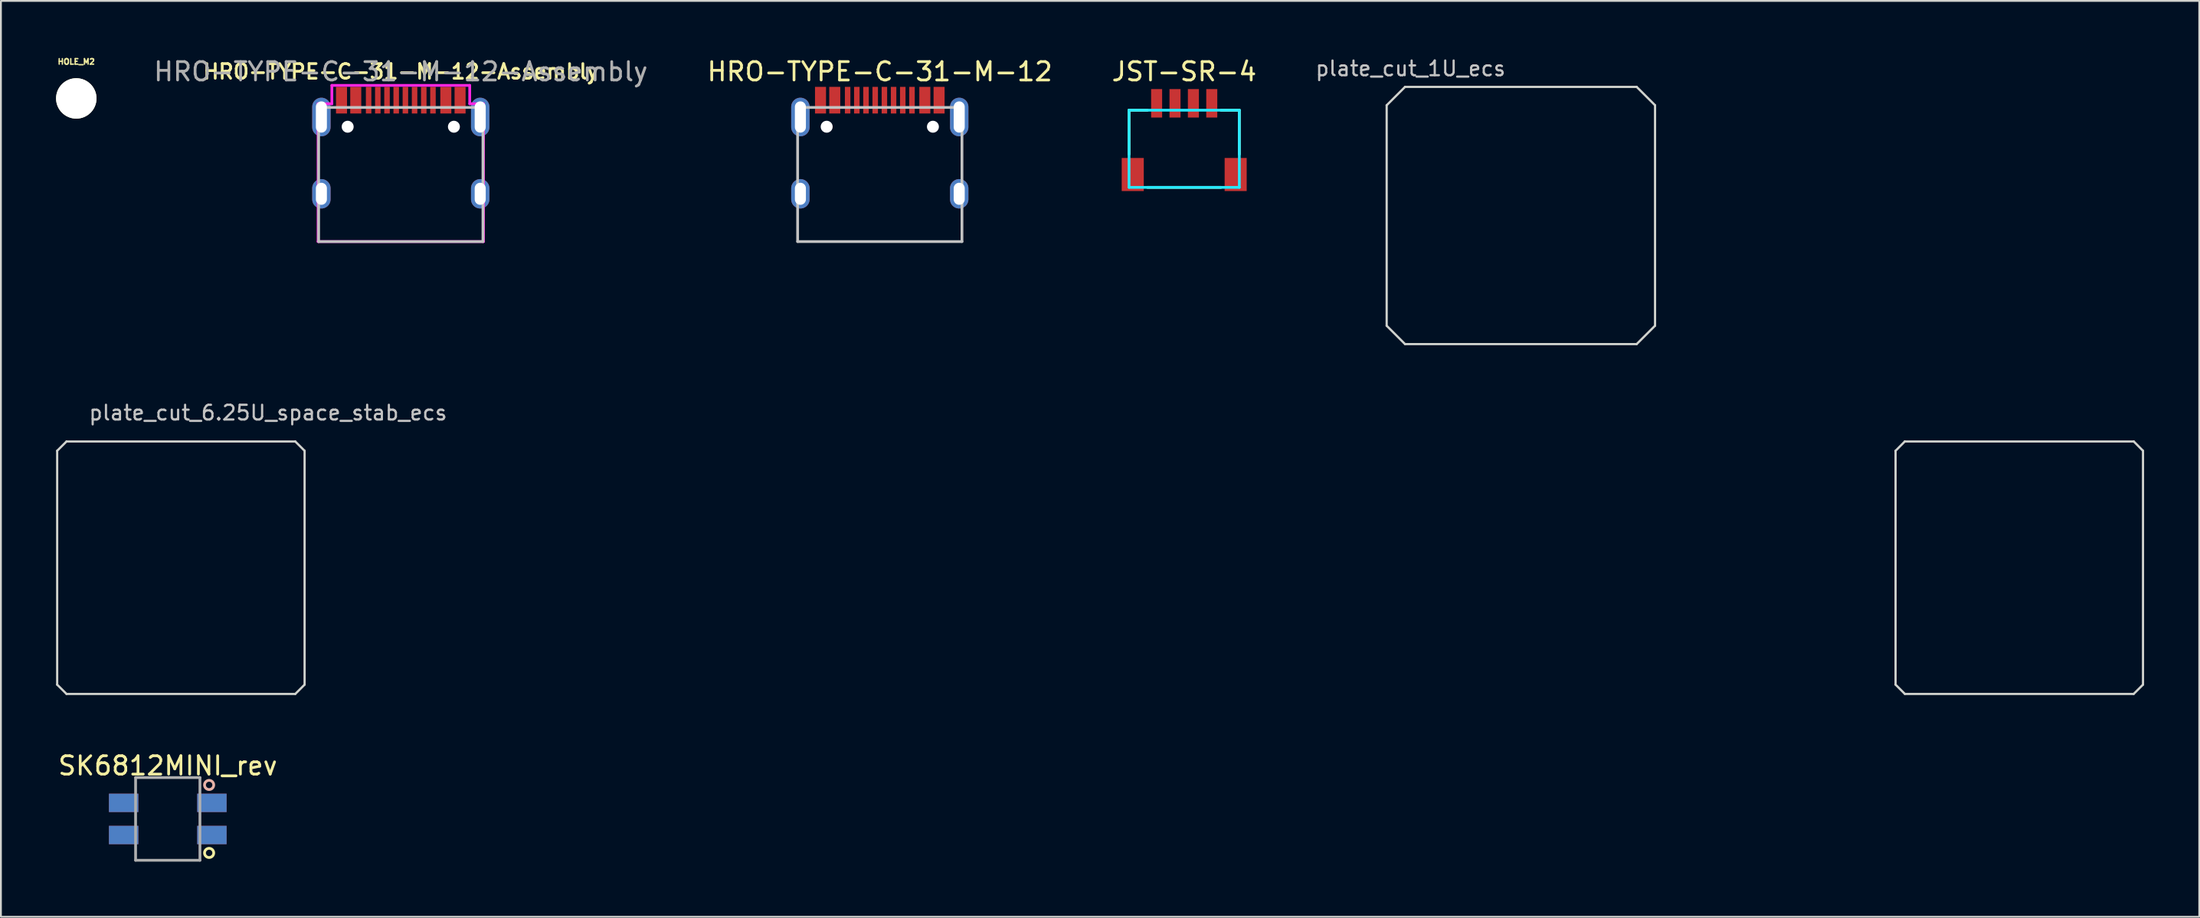
<source format=kicad_pcb>
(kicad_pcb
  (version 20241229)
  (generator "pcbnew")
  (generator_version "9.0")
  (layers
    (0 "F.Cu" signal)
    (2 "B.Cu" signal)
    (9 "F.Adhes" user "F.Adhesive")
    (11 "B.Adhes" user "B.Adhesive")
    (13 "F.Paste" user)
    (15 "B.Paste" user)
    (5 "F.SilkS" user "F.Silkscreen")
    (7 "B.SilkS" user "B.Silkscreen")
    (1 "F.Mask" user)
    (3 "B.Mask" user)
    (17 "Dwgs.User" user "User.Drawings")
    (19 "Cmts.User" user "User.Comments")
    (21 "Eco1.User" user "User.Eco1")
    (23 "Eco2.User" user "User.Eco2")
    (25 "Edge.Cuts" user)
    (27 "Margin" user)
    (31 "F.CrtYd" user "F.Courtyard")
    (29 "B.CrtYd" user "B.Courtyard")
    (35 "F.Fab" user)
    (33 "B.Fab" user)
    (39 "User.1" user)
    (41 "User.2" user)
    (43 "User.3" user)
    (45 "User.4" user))
  (footprint "JST-SR-4"
    (layer "F.Cu")
    (at 61.373 7.348)
    (property "Reference" "JST-SR-4" (at 0 -6.5 0) (layer "F.SilkS") (effects (font (size 1 1) (thickness 0.15))))
    (attr through_hole)
    (fp_line (start -3 -4.4) (end -2 -4.4) (stroke (width 0.15) (type solid)) (layer "F.SilkS"))
    (fp_line (start -3 -2) (end -3 -4.4) (stroke (width 0.15) (type solid)) (layer "F.SilkS"))
    (fp_line (start 2 -4.4) (end 3 -4.4) (stroke (width 0.15) (type solid)) (layer "F.SilkS"))
    (fp_line (start 2 -0.2) (end -2 -0.2) (stroke (width 0.15) (type solid)) (layer "F.SilkS"))
    (fp_line (start 3 -4.4) (end 3 -2) (stroke (width 0.15) (type solid)) (layer "F.SilkS"))
    (fp_line (start -3 -4.4) (end 3 -4.4) (stroke (width 0.15) (type solid)) (layer "B.CrtYd"))
    (fp_line (start -3 -0.2) (end -3 -4.4) (stroke (width 0.15) (type solid)) (layer "B.CrtYd"))
    (fp_line (start 3 -4.4) (end 3 -0.2) (stroke (width 0.15) (type solid)) (layer "B.CrtYd"))
    (fp_line (start 3 -0.2) (end -3 -0.2) (stroke (width 0.15) (type solid)) (layer "B.CrtYd"))
    (pad "" smd rect (at -2.8 -0.9) (size 1.2 1.8) (layers "F.Cu" "F.Mask" "F.Paste"))
    (pad "" smd rect (at 2.8 -0.9) (size 1.2 1.8) (layers "F.Cu" "F.Mask" "F.Paste"))
    (pad "1" smd rect (at -1.5 -4.775) (size 0.6 1.55) (layers "F.Cu" "F.Mask" "F.Paste"))
    (pad "2" smd rect (at -0.5 -4.775) (size 0.6 1.55) (layers "F.Cu" "F.Mask" "F.Paste"))
    (pad "3" smd rect (at 0.5 -4.775) (size 0.6 1.55) (layers "F.Cu" "F.Mask" "F.Paste"))
    (pad "4" smd rect (at 1.5 -4.775) (size 0.6 1.55) (layers "F.Cu" "F.Mask" "F.Paste")))
  (footprint "plate_cut_6.25U_space_stab_ecs"
    (layer "F.Cu")
    (at 56.797 27.85)
    (property "Reference" "plate_cut_6.25U_space_stab_ecs" (at -45.263 -8.433 0) (layer "Dwgs.User") (effects (font (size 0.8 0.8) (thickness 0.12))))
    (attr smd)
    (fp_line (start -56.737 -6.364) (end -56.737 6.364) (stroke (width 0.12) (type solid)) (layer "Edge.Cuts"))
    (fp_line (start -56.737 6.364) (end -56.23 6.87) (stroke (width 0.12) (type solid)) (layer "Edge.Cuts"))
    (fp_line (start -56.23 -6.87) (end -56.737 -6.364) (stroke (width 0.12) (type solid)) (layer "Edge.Cuts"))
    (fp_line (start -56.23 6.87) (end -43.782 6.87) (stroke (width 0.12) (type solid)) (layer "Edge.Cuts"))
    (fp_line (start -43.782 -6.87) (end -56.23 -6.87) (stroke (width 0.12) (type solid)) (layer "Edge.Cuts"))
    (fp_line (start -43.782 6.87) (end -43.276 6.364) (stroke (width 0.12) (type solid)) (layer "Edge.Cuts"))
    (fp_line (start -43.276 -6.364) (end -43.782 -6.87) (stroke (width 0.12) (type solid)) (layer "Edge.Cuts"))
    (fp_line (start -43.276 6.364) (end -43.276 -6.364) (stroke (width 0.12) (type solid)) (layer "Edge.Cuts"))
    (fp_line (start 43.276 -6.364) (end 43.276 6.364) (stroke (width 0.12) (type solid)) (layer "Edge.Cuts"))
    (fp_line (start 43.276 -6.364) (end 43.776 -6.87) (stroke (width 0.12) (type solid)) (layer "Edge.Cuts"))
    (fp_line (start 43.276 6.364) (end 43.782 6.87) (stroke (width 0.12) (type solid)) (layer "Edge.Cuts"))
    (fp_line (start 43.776 -6.87) (end 56.237 -6.87) (stroke (width 0.12) (type solid)) (layer "Edge.Cuts"))
    (fp_line (start 43.782 6.87) (end 56.23 6.87) (stroke (width 0.12) (type solid)) (layer "Edge.Cuts"))
    (fp_line (start 56.23 6.87) (end 56.737 6.364) (stroke (width 0.12) (type solid)) (layer "Edge.Cuts"))
    (fp_line (start 56.237 -6.87) (end 56.737 -6.364) (stroke (width 0.12) (type solid)) (layer "Edge.Cuts"))
    (fp_line (start 56.737 6.364) (end 56.737 -6.364) (stroke (width 0.12) (type solid)) (layer "Edge.Cuts")))
  (footprint "HOLE_M2"
    (layer "F.Cu")
    (at 1.1 2.307)
    (property "Reference" "HOLE_M2" (at 0 -2 0) (layer "F.SilkS") (effects (font (size 0.3 0.3) (thickness 0.075))))
    (attr through_hole)
    (pad "" np_thru_hole circle (at 0 0) (size 2.2 2.2) (drill 2.2) (layers "*.Cu" "*.Mask" "F.SilkS")))
  (footprint "HRO-TYPE-C-31-M-12-Assembly"
    (layer "F.Cu")
    (at 18.754 10.098)
    (property "Reference" "HRO-TYPE-C-31-M-12-Assembly" (at 0 -9.25 0) (layer "F.SilkS") (effects (font (size 0.8 0.8) (thickness 0.15))))
    (attr smd)
    (fp_line (start -4.47 -7.3) (end 4.47 -7.3) (stroke (width 0.15) (type solid)) (layer "Dwgs.User"))
    (fp_line (start -4.47 0) (end -4.47 -7.3) (stroke (width 0.15) (type solid)) (layer "Dwgs.User"))
    (fp_line (start -4.47 0) (end 4.47 0) (stroke (width 0.15) (type solid)) (layer "Dwgs.User"))
    (fp_line (start 4.47 0) (end 4.47 -7.3) (stroke (width 0.15) (type solid)) (layer "Dwgs.User"))
    (fp_line (start -4.5 -7.5) (end -3.75 -7.5) (stroke (width 0.15) (type solid)) (layer "F.CrtYd"))
    (fp_line (start -4.5 0) (end -4.5 -7.5) (stroke (width 0.15) (type solid)) (layer "F.CrtYd"))
    (fp_line (start -3.75 -8.5) (end 3.75 -8.5) (stroke (width 0.15) (type solid)) (layer "F.CrtYd"))
    (fp_line (start -3.75 -7.5) (end -3.75 -8.5) (stroke (width 0.15) (type solid)) (layer "F.CrtYd"))
    (fp_line (start 3.75 -8.5) (end 3.75 -7.5) (stroke (width 0.15) (type solid)) (layer "F.CrtYd"))
    (fp_line (start 4.5 -7.5) (end 3.75 -7.5) (stroke (width 0.15) (type solid)) (layer "F.CrtYd"))
    (fp_line (start 4.5 -7.5) (end 4.5 0) (stroke (width 0.15) (type solid)) (layer "F.CrtYd"))
    (fp_line (start 4.5 0) (end -4.5 0) (stroke (width 0.15) (type solid)) (layer "F.CrtYd"))
    (fp_text user "${REFERENCE}" (at 0 -9.25 0) (layer "F.Fab") (effects (font (size 1 1) (thickness 0.15))))
    (pad "" np_thru_hole circle (at -2.89 -6.25) (size 0.65 0.65) (drill 0.65) (layers "*.Cu" "*.Mask"))
    (pad "" np_thru_hole circle (at 2.89 -6.25) (size 0.65 0.65) (drill 0.65) (layers "*.Cu" "*.Mask"))
    (pad "1" smd rect (at -3.225 -7.695) (size 0.6 1.45) (layers "F.Cu" "F.Mask" "F.Paste"))
    (pad "2" smd rect (at -2.45 -7.695) (size 0.6 1.45) (layers "F.Cu" "F.Mask" "F.Paste"))
    (pad "3" smd rect (at -1.75 -7.695) (size 0.3 1.45) (layers "F.Cu" "F.Mask" "F.Paste"))
    (pad "4" smd rect (at -1.25 -7.695) (size 0.3 1.45) (layers "F.Cu" "F.Mask" "F.Paste"))
    (pad "5" smd rect (at -0.75 -7.695) (size 0.3 1.45) (layers "F.Cu" "F.Mask" "F.Paste"))
    (pad "6" smd rect (at -0.25 -7.695) (size 0.3 1.45) (layers "F.Cu" "F.Mask" "F.Paste"))
    (pad "7" smd rect (at 0.25 -7.695) (size 0.3 1.45) (layers "F.Cu" "F.Mask" "F.Paste"))
    (pad "8" smd rect (at 0.75 -7.695) (size 0.3 1.45) (layers "F.Cu" "F.Mask" "F.Paste"))
    (pad "9" smd rect (at 1.25 -7.695) (size 0.3 1.45) (layers "F.Cu" "F.Mask" "F.Paste"))
    (pad "10" smd rect (at 1.75 -7.695) (size 0.3 1.45) (layers "F.Cu" "F.Mask" "F.Paste"))
    (pad "11" smd rect (at 2.45 -7.695) (size 0.6 1.45) (layers "F.Cu" "F.Mask" "F.Paste"))
    (pad "12" smd rect (at 3.225 -7.695) (size 0.6 1.45) (layers "F.Cu" "F.Mask" "F.Paste"))
    (pad "13" thru_hole oval (at -4.32 -6.78) (size 1 2.1) (drill oval 0.6 1.7) (layers "*.Cu" "*.Mask"))
    (pad "13" thru_hole oval (at -4.32 -2.6) (size 1 1.6) (drill oval 0.6 1.2) (layers "*.Cu" "*.Mask"))
    (pad "13" thru_hole oval (at 4.32 -6.78) (size 1 2.1) (drill oval 0.6 1.7) (layers "*.Cu" "*.Mask"))
    (pad "13" thru_hole oval (at 4.32 -2.6) (size 1 1.6) (drill oval 0.6 1.2) (layers "*.Cu" "*.Mask")))
  (footprint "SK6812MINI_rev"
    (layer "F.Cu")
    (at 6.077 41.524)
    (property "Reference" "SK6812MINI_rev" (at 0 -2.896 0) (layer "F.SilkS") (effects (font (size 1 1) (thickness 0.15))))
    (attr through_hole)
    (fp_circle (center 2.25 1.85) (end 2.25 1.6) (stroke (width 0.15) (type solid)) (fill no) (layer "F.SilkS"))
    (fp_circle (center 2.25 -1.85) (end 2.25 -2.1) (stroke (width 0.15) (type solid)) (fill no) (layer "B.SilkS"))
    (fp_line (start -1.75 -2.25) (end -1.75 2.25) (stroke (width 0.15) (type solid)) (layer "F.Fab"))
    (fp_line (start -1.75 -2.25) (end 1.75 -2.25) (stroke (width 0.15) (type solid)) (layer "F.Fab"))
    (fp_line (start 1.75 -2.25) (end 1.75 2.25) (stroke (width 0.15) (type solid)) (layer "F.Fab"))
    (fp_line (start 1.75 2.25) (end -1.75 2.25) (stroke (width 0.15) (type solid)) (layer "F.Fab"))
    (pad "1" smd rect (at -2.4 -0.875) (size 1.6 1) (layers "B.Cu" "B.Mask" "B.Paste"))
    (pad "1" smd rect (at -2.4 0.875) (size 1.6 1) (layers "F.Cu" "F.Mask" "F.Paste"))
    (pad "2" smd rect (at -2.4 -0.875) (size 1.6 1) (layers "F.Cu" "F.Mask" "F.Paste"))
    (pad "2" smd rect (at -2.4 0.875) (size 1.6 1) (layers "B.Cu" "B.Mask" "B.Paste"))
    (pad "3" smd rect (at 2.4 -0.875) (size 1.6 1) (layers "F.Cu" "F.Mask" "F.Paste"))
    (pad "3" smd rect (at 2.4 0.875) (size 1.6 1) (layers "B.Cu" "B.Mask" "B.Paste"))
    (pad "4" smd rect (at 2.4 -0.875) (size 1.6 1) (layers "B.Cu" "B.Mask" "B.Paste"))
    (pad "4" smd rect (at 2.4 0.875) (size 1.6 1) (layers "F.Cu" "F.Mask" "F.Paste")))
  (footprint "plate_cut_1U_ecs"
    (layer "F.Cu")
    (at 79.688 8.679)
    (property "Reference" "plate_cut_1U_ecs" (at -6 -8 0) (layer "Dwgs.User") (effects (font (size 0.8 0.8) (thickness 0.12))))
    (attr smd)
    (fp_line (start -7.3 -6) (end -7.3 6) (stroke (width 0.12) (type solid)) (layer "Edge.Cuts"))
    (fp_line (start -7.3 6) (end -6.3 7) (stroke (width 0.12) (type solid)) (layer "Edge.Cuts"))
    (fp_line (start -6.3 -7) (end -7.3 -6) (stroke (width 0.12) (type solid)) (layer "Edge.Cuts"))
    (fp_line (start -6.3 7) (end 6.3 7) (stroke (width 0.12) (type solid)) (layer "Edge.Cuts"))
    (fp_line (start 6.3 -7) (end -6.3 -7) (stroke (width 0.12) (type solid)) (layer "Edge.Cuts"))
    (fp_line (start 6.3 -7) (end 7.3 -6) (stroke (width 0.12) (type solid)) (layer "Edge.Cuts"))
    (fp_line (start 6.3 7) (end 7.3 6) (stroke (width 0.12) (type solid)) (layer "Edge.Cuts"))
    (fp_line (start 7.3 6) (end 7.3 -6) (stroke (width 0.12) (type solid)) (layer "Edge.Cuts")))
  (footprint "HRO-TYPE-C-31-M-12"
    (layer "F.Cu")
    (at 44.813 10.098)
    (property "Reference" "HRO-TYPE-C-31-M-12" (at 0 -9.25 0) (layer "F.SilkS") (effects (font (size 1 1) (thickness 0.15))))
    (attr smd)
    (fp_line (start -4.47 -7.3) (end 4.47 -7.3) (stroke (width 0.15) (type solid)) (layer "Dwgs.User"))
    (fp_line (start -4.47 0) (end -4.47 -7.3) (stroke (width 0.15) (type solid)) (layer "Dwgs.User"))
    (fp_line (start -4.47 0) (end 4.47 0) (stroke (width 0.15) (type solid)) (layer "Dwgs.User"))
    (fp_line (start 4.47 0) (end 4.47 -7.3) (stroke (width 0.15) (type solid)) (layer "Dwgs.User"))
    (pad "" np_thru_hole circle (at -2.89 -6.25) (size 0.65 0.65) (drill 0.65) (layers "*.Cu" "*.Mask"))
    (pad "" np_thru_hole circle (at 2.89 -6.25) (size 0.65 0.65) (drill 0.65) (layers "*.Cu" "*.Mask"))
    (pad "1" smd rect (at -3.225 -7.695) (size 0.6 1.45) (layers "F.Cu" "F.Mask" "F.Paste"))
    (pad "2" smd rect (at -2.45 -7.695) (size 0.6 1.45) (layers "F.Cu" "F.Mask" "F.Paste"))
    (pad "3" smd rect (at -1.75 -7.695) (size 0.3 1.45) (layers "F.Cu" "F.Mask" "F.Paste"))
    (pad "4" smd rect (at -1.25 -7.695) (size 0.3 1.45) (layers "F.Cu" "F.Mask" "F.Paste"))
    (pad "5" smd rect (at -0.75 -7.695) (size 0.3 1.45) (layers "F.Cu" "F.Mask" "F.Paste"))
    (pad "6" smd rect (at -0.25 -7.695) (size 0.3 1.45) (layers "F.Cu" "F.Mask" "F.Paste"))
    (pad "7" smd rect (at 0.25 -7.695) (size 0.3 1.45) (layers "F.Cu" "F.Mask" "F.Paste"))
    (pad "8" smd rect (at 0.75 -7.695) (size 0.3 1.45) (layers "F.Cu" "F.Mask" "F.Paste"))
    (pad "9" smd rect (at 1.25 -7.695) (size 0.3 1.45) (layers "F.Cu" "F.Mask" "F.Paste"))
    (pad "10" smd rect (at 1.75 -7.695) (size 0.3 1.45) (layers "F.Cu" "F.Mask" "F.Paste"))
    (pad "11" smd rect (at 2.45 -7.695) (size 0.6 1.45) (layers "F.Cu" "F.Mask" "F.Paste"))
    (pad "12" smd rect (at 3.225 -7.695) (size 0.6 1.45) (layers "F.Cu" "F.Mask" "F.Paste"))
    (pad "13" thru_hole oval (at -4.32 -6.78) (size 1 2.1) (drill oval 0.6 1.7) (layers "*.Cu" "B.Mask"))
    (pad "13" thru_hole oval (at -4.32 -2.6) (size 1 1.6) (drill oval 0.6 1.2) (layers "*.Cu" "B.Mask"))
    (pad "13" thru_hole oval (at 4.32 -6.78) (size 1 2.1) (drill oval 0.6 1.7) (layers "*.Cu" "B.Mask"))
    (pad "13" thru_hole oval (at 4.32 -2.6) (size 1 1.6) (drill oval 0.6 1.2) (layers "*.Cu" "B.Mask")))
  (gr_rect
    (start -3 -3)
    (end 116.595 46.849)
    (stroke (width 0.1) (type default))
    (fill no)
    (layer "Edge.Cuts")))
</source>
